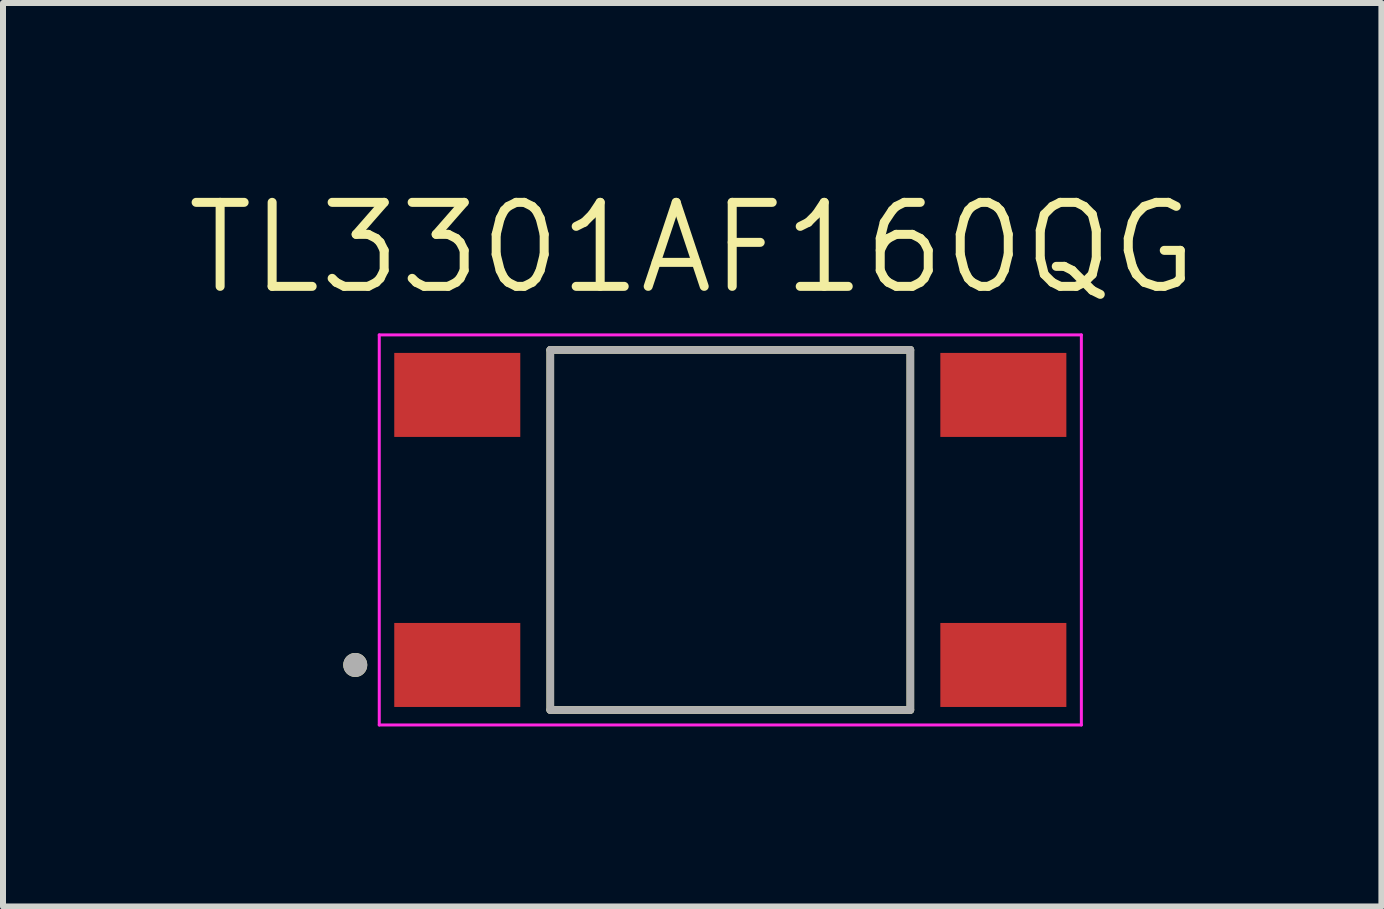
<source format=kicad_pcb>
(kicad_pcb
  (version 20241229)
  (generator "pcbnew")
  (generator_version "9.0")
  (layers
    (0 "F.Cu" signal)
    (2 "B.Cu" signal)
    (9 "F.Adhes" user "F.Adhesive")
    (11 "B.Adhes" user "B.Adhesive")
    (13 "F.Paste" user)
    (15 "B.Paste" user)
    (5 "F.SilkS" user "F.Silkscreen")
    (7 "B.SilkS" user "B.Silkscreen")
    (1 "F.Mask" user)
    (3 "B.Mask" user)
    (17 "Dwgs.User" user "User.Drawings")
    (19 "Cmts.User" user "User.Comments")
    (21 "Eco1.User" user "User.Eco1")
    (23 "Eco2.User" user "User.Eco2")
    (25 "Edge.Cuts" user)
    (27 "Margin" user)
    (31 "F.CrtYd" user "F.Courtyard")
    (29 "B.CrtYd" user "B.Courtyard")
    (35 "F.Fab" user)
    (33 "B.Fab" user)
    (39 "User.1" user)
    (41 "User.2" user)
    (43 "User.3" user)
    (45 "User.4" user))
  (footprint "TL3301AF160QG"
    (layer "F.Cu")
    (at 9.12 5.781)
    (property "Reference" "TL3301AF160QG" (at -0.635 -4.699 0) (layer "F.SilkS") (effects (font (size 1.4 1.4) (thickness 0.15))))
    (attr smd)
    (fp_line (start -3 -3) (end -3 3) (stroke (width 0.127) (type solid)) (layer "F.SilkS"))
    (fp_line (start -3 3) (end 3 3) (stroke (width 0.127) (type solid)) (layer "F.SilkS"))
    (fp_line (start 3 -3) (end -3 -3) (stroke (width 0.127) (type solid)) (layer "F.SilkS"))
    (fp_line (start 3 3) (end 3 -3) (stroke (width 0.127) (type solid)) (layer "F.SilkS"))
    (fp_circle (center -6.25 2.25) (end -6.15 2.25) (stroke (width 0.2) (type solid)) (fill no) (layer "F.SilkS"))
    (fp_line (start -5.85 -3.25) (end 5.85 -3.25) (stroke (width 0.05) (type solid)) (layer "F.CrtYd"))
    (fp_line (start -5.85 3.25) (end -5.85 -3.25) (stroke (width 0.05) (type solid)) (layer "F.CrtYd"))
    (fp_line (start 5.85 -3.25) (end 5.85 3.25) (stroke (width 0.05) (type solid)) (layer "F.CrtYd"))
    (fp_line (start 5.85 3.25) (end -5.85 3.25) (stroke (width 0.05) (type solid)) (layer "F.CrtYd"))
    (fp_line (start -3 -3) (end 3 -3) (stroke (width 0.127) (type solid)) (layer "F.Fab"))
    (fp_line (start -3 3) (end -3 -3) (stroke (width 0.127) (type solid)) (layer "F.Fab"))
    (fp_line (start 3 -3) (end 3 3) (stroke (width 0.127) (type solid)) (layer "F.Fab"))
    (fp_line (start 3 3) (end -3 3) (stroke (width 0.127) (type solid)) (layer "F.Fab"))
    (fp_circle (center -6.25 2.25) (end -6.15 2.25) (stroke (width 0.2) (type solid)) (fill no) (layer "F.Fab"))
    (pad "1" smd rect (at -4.55 2.25) (size 2.1 1.4) (layers "F.Cu" "F.Mask" "F.Paste"))
    (pad "2" smd rect (at 4.55 2.25) (size 2.1 1.4) (layers "F.Cu" "F.Mask" "F.Paste"))
    (pad "3" smd rect (at -4.55 -2.25) (size 2.1 1.4) (layers "F.Cu" "F.Mask" "F.Paste"))
    (pad "4" smd rect (at 4.55 -2.25) (size 2.1 1.4) (layers "F.Cu" "F.Mask" "F.Paste")))
  (gr_rect
    (start -3 -3)
    (end 19.97 12.056)
    (stroke (width 0.1) (type default))
    (fill no)
    (layer "Edge.Cuts")))
</source>
